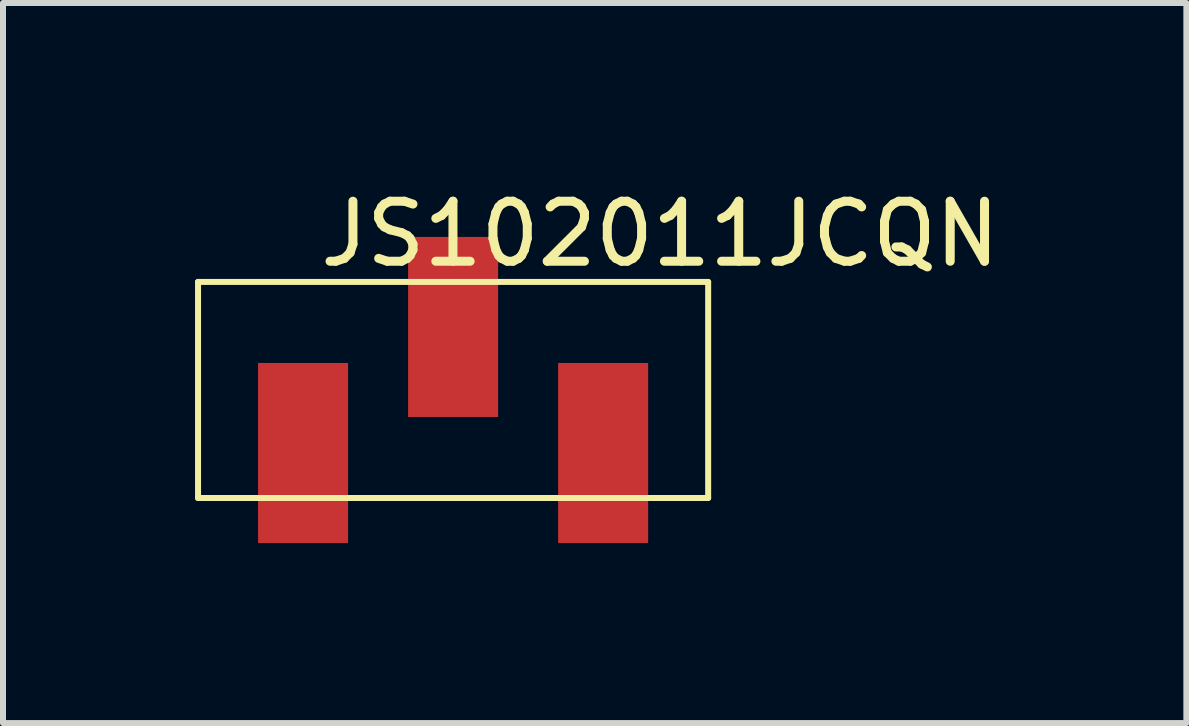
<source format=kicad_pcb>
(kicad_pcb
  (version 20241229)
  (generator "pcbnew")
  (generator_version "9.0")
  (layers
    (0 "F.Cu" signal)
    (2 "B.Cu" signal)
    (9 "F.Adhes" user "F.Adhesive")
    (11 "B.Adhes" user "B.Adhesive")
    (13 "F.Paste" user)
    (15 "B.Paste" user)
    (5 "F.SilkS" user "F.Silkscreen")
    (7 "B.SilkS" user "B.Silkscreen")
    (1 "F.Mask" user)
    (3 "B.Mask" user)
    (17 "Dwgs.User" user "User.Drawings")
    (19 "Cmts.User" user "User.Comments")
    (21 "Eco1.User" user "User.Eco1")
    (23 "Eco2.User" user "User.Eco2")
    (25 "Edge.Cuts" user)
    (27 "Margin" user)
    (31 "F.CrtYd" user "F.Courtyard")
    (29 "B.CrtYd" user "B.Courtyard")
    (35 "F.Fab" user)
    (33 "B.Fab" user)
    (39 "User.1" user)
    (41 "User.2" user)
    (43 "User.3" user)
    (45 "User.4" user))
  (footprint "JS102011JCQN"
    (layer "F.Cu")
    (at 0.25 1.648)
    (property "Reference" "JS102011JCQN" (at 7.7 -0.8 0) (layer "F.SilkS") (effects (font (size 1 1) (thickness 0.15))))
    (attr through_hole)
    (fp_line (start 0 0) (end 8.5 0) (stroke (width 0.1) (type solid)) (layer "F.SilkS"))
    (fp_line (start 0 3.6) (end 0 0) (stroke (width 0.1) (type solid)) (layer "F.SilkS"))
    (fp_line (start 8.5 0) (end 8.5 3.6) (stroke (width 0.1) (type solid)) (layer "F.SilkS"))
    (fp_line (start 8.5 3.6) (end 0 3.6) (stroke (width 0.1) (type solid)) (layer "F.SilkS"))
    (pad "1" smd rect (at 1.75 3.6) (size 1.5 3) (drill (offset 0 -0.75)) (layers "F.Cu" "F.Mask" "F.Paste"))
    (pad "2" smd rect (at 4.25 0) (size 1.5 3) (drill (offset 0 0.75)) (layers "F.Cu" "F.Mask" "F.Paste"))
    (pad "3" smd rect (at 6.75 3.6) (size 1.5 3) (drill (offset 0 -0.75)) (layers "F.Cu" "F.Mask" "F.Paste")))
  (gr_rect
    (start -3 -3)
    (end 16.718 8.998)
    (stroke (width 0.1) (type default))
    (fill no)
    (layer "Edge.Cuts")))
</source>
